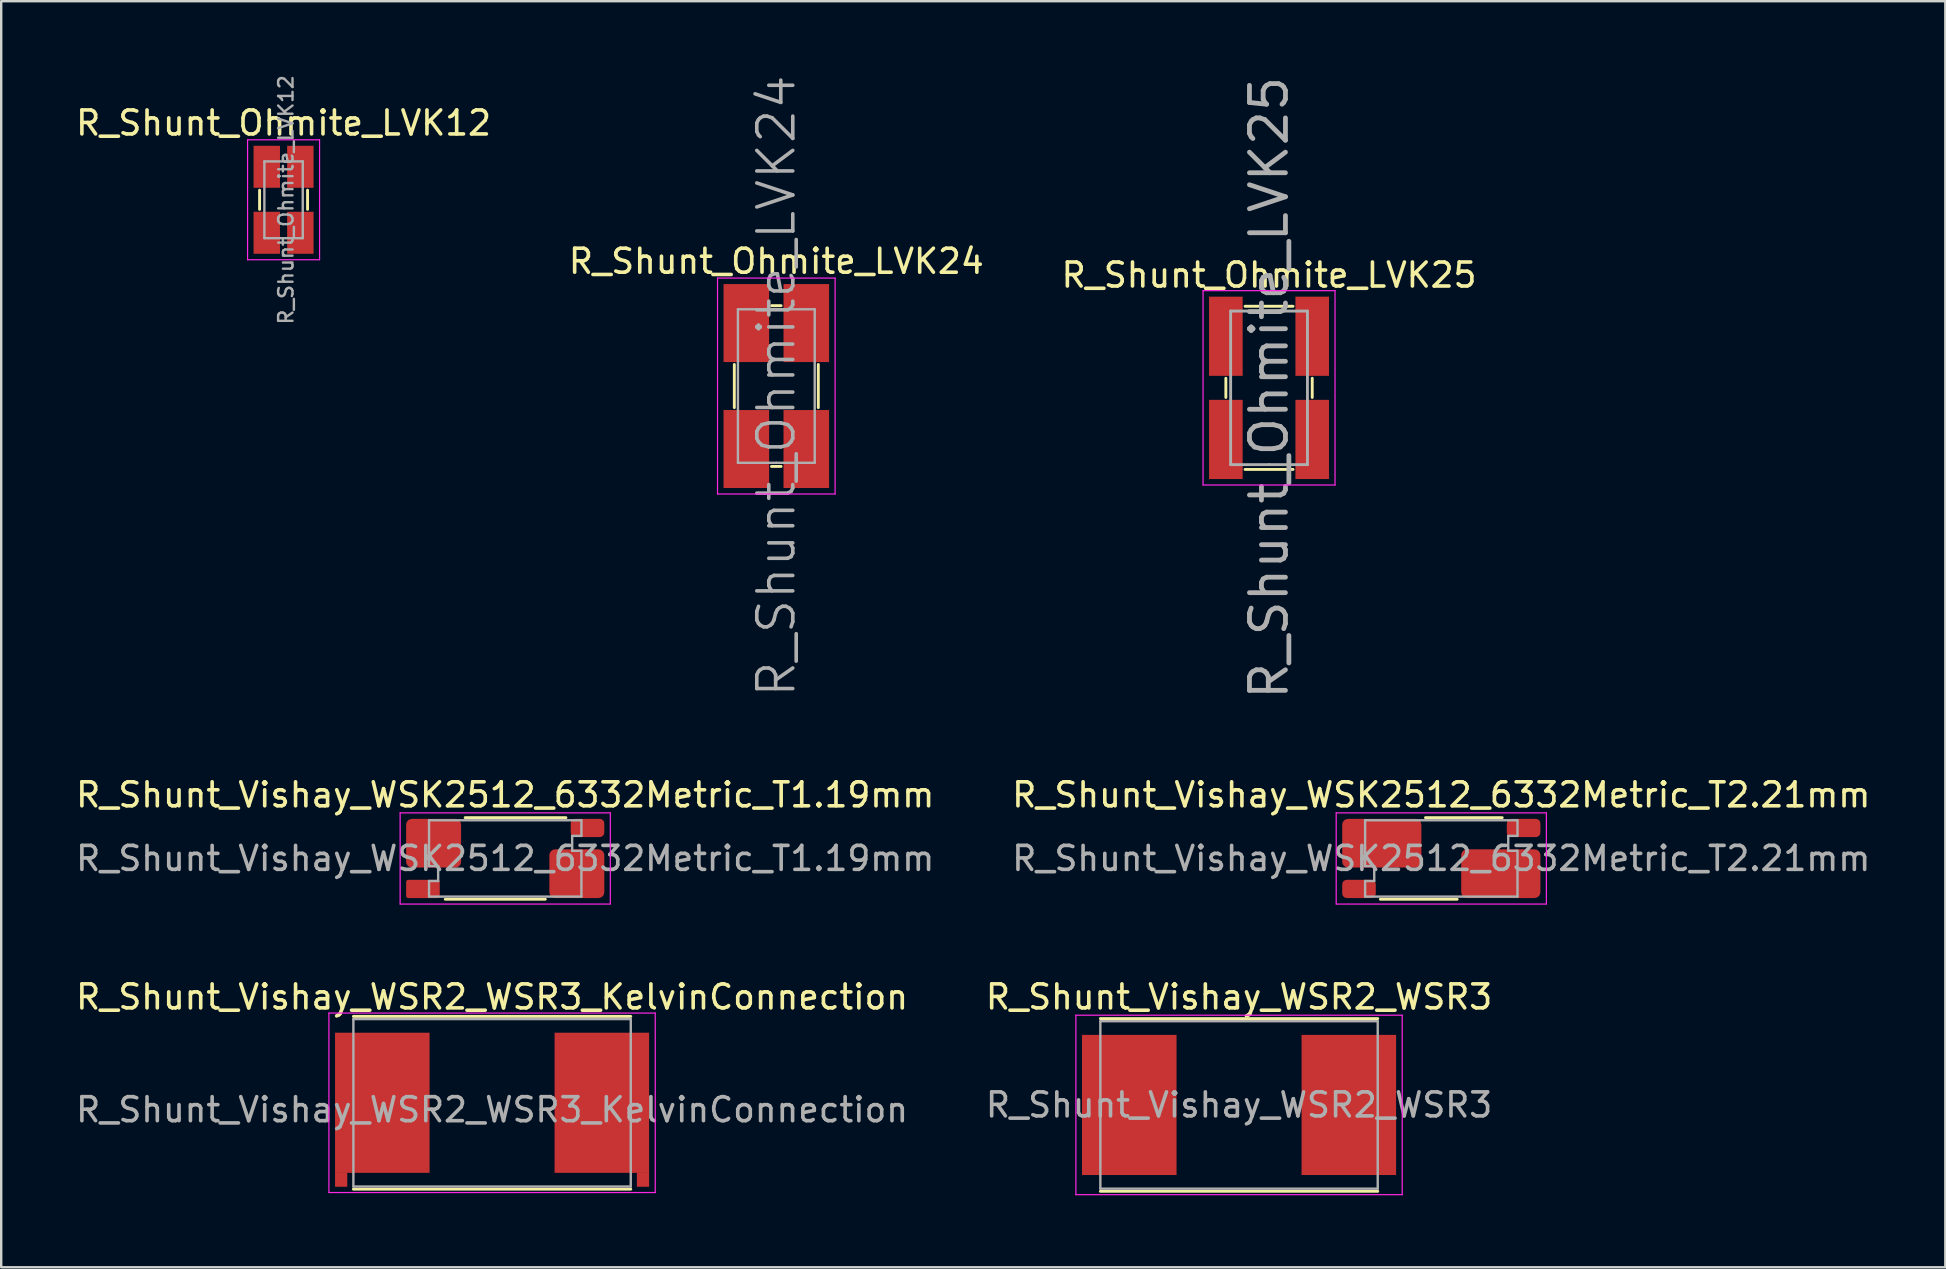
<source format=kicad_pcb>
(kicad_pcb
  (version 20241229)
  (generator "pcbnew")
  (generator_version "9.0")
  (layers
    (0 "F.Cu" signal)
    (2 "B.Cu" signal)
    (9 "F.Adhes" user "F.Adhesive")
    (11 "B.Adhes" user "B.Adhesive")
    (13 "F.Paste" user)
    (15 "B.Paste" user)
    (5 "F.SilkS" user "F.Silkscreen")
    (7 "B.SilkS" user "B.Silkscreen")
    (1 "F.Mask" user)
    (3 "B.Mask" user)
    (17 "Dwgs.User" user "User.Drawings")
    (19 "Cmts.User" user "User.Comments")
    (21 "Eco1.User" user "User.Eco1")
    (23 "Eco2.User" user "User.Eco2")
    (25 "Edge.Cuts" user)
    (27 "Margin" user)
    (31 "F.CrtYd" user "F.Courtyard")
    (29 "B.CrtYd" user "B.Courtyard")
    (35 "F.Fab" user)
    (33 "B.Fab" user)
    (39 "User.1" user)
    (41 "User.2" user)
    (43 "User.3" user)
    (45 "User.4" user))
  (footprint "R_Shunt_Ohmite_LVK25"
    (layer "F.Cu")
    (at 49.839 13.114)
    (property "Reference" "R_Shunt_Ohmite_LVK25" (at 0 -4.7 0) (layer "F.SilkS") (effects (font (size 1 1) (thickness 0.15))))
    (attr smd)
    (fp_line (start -1.8 0.4) (end -1.8 -0.4) (stroke (width 0.12) (type solid)) (layer "F.SilkS"))
    (fp_line (start 1 -3.4) (end -1 -3.4) (stroke (width 0.12) (type solid)) (layer "F.SilkS"))
    (fp_line (start 1 3.4) (end -1 3.4) (stroke (width 0.12) (type solid)) (layer "F.SilkS"))
    (fp_line (start 1.8 -0.4) (end 1.8 0.4) (stroke (width 0.12) (type solid)) (layer "F.SilkS"))
    (fp_line (start -2.75 -4.05) (end 2.75 -4.05) (stroke (width 0.05) (type solid)) (layer "F.CrtYd"))
    (fp_line (start -2.75 4.05) (end -2.75 -4.05) (stroke (width 0.05) (type solid)) (layer "F.CrtYd"))
    (fp_line (start 2.75 -4.05) (end 2.75 4.05) (stroke (width 0.05) (type solid)) (layer "F.CrtYd"))
    (fp_line (start 2.75 4.05) (end -2.75 4.05) (stroke (width 0.05) (type solid)) (layer "F.CrtYd"))
    (fp_line (start -1.6 -3.2) (end 1.6 -3.2) (stroke (width 0.12) (type solid)) (layer "F.Fab"))
    (fp_line (start -1.6 3.2) (end -1.6 -3.2) (stroke (width 0.12) (type solid)) (layer "F.Fab"))
    (fp_line (start 0 3.2) (end -1.6 3.2) (stroke (width 0.12) (type solid)) (layer "F.Fab"))
    (fp_line (start 1.6 -3.2) (end 1.6 3.2) (stroke (width 0.12) (type solid)) (layer "F.Fab"))
    (fp_line (start 1.6 3.2) (end 0 3.2) (stroke (width 0.12) (type solid)) (layer "F.Fab"))
    (fp_text user "${REFERENCE}" (at 0 0 90) (layer "F.Fab") (effects (font (size 1.5 1.5) (thickness 0.2))))
    (pad "1" smd rect (at -1.8 -2.15) (size 1.4 3.3) (layers "F.Cu" "F.Mask" "F.Paste"))
    (pad "2" smd rect (at -1.8 2.15) (size 1.4 3.3) (layers "F.Cu" "F.Mask" "F.Paste"))
    (pad "3" smd rect (at 1.8 -2.15) (size 1.4 3.3) (layers "F.Cu" "F.Mask" "F.Paste"))
    (pad "4" smd rect (at 1.8 2.15) (size 1.4 3.3) (layers "F.Cu" "F.Mask" "F.Paste")))
  (footprint "R_Shunt_Ohmite_LVK12"
    (layer "F.Cu")
    (at 8.768 5.276)
    (property "Reference" "R_Shunt_Ohmite_LVK12" (at 0 -3.2 180) (layer "F.SilkS") (effects (font (size 1 1) (thickness 0.15))))
    (attr smd)
    (fp_line (start -1 0.4) (end -1 -0.4) (stroke (width 0.12) (type solid)) (layer "F.SilkS"))
    (fp_line (start 1 -0.4) (end 1 0.4) (stroke (width 0.12) (type solid)) (layer "F.SilkS"))
    (fp_line (start -1.5 -2.5) (end 1.5 -2.5) (stroke (width 0.05) (type solid)) (layer "F.CrtYd"))
    (fp_line (start -1.5 2.5) (end -1.5 -2.5) (stroke (width 0.05) (type solid)) (layer "F.CrtYd"))
    (fp_line (start 1.5 -2.5) (end 1.5 2.5) (stroke (width 0.05) (type solid)) (layer "F.CrtYd"))
    (fp_line (start 1.5 2.5) (end -1.5 2.5) (stroke (width 0.05) (type solid)) (layer "F.CrtYd"))
    (fp_line (start -0.8 -1.6) (end -0.8 1.6) (stroke (width 0.1) (type solid)) (layer "F.Fab"))
    (fp_line (start -0.8 1.6) (end 0.8 1.6) (stroke (width 0.1) (type solid)) (layer "F.Fab"))
    (fp_line (start 0.8 -1.6) (end -0.8 -1.6) (stroke (width 0.1) (type solid)) (layer "F.Fab"))
    (fp_line (start 0.8 1.6) (end 0.8 -1.6) (stroke (width 0.1) (type solid)) (layer "F.Fab"))
    (fp_text user "${REFERENCE}" (at 0.1 0 90) (layer "F.Fab") (effects (font (size 0.6 0.6) (thickness 0.1))))
    (pad "1" smd rect (at -0.7 -1.375) (size 1.1 1.75) (layers "F.Cu" "F.Mask" "F.Paste"))
    (pad "2" smd rect (at 0.7 -1.375) (size 1.1 1.75) (layers "F.Cu" "F.Mask" "F.Paste"))
    (pad "3" smd rect (at 0.7 1.375) (size 1.1 1.75) (layers "F.Cu" "F.Mask" "F.Paste"))
    (pad "4" smd rect (at -0.7 1.375) (size 1.1 1.75) (layers "F.Cu" "F.Mask" "F.Paste")))
  (footprint "R_Shunt_Vishay_WSR2_WSR3_KelvinConnection"
    (layer "F.Cu")
    (at 17.458 43.2)
    (property "Reference" "R_Shunt_Vishay_WSR2_WSR3_KelvinConnection" (at 0 -4.7 0) (layer "F.SilkS") (effects (font (size 1 1) (thickness 0.15))))
    (attr smd)
    (fp_line (start -5.78 -3.89) (end 5.78 -3.89) (stroke (width 0.12) (type solid)) (layer "F.SilkS"))
    (fp_line (start -5.78 3.31) (end 5.78 3.31) (stroke (width 0.12) (type solid)) (layer "F.SilkS"))
    (fp_line (start -6.8 -4.03) (end -6.8 3.45) (stroke (width 0.05) (type solid)) (layer "F.CrtYd"))
    (fp_line (start -6.8 -4.03) (end 6.8 -4.03) (stroke (width 0.05) (type solid)) (layer "F.CrtYd"))
    (fp_line (start -6.8 3.45) (end 6.8 3.45) (stroke (width 0.05) (type solid)) (layer "F.CrtYd"))
    (fp_line (start 6.8 -4.03) (end 6.8 3.45) (stroke (width 0.05) (type solid)) (layer "F.CrtYd"))
    (fp_line (start -5.78 -3.78) (end -5.78 3.2) (stroke (width 0.1) (type solid)) (layer "F.Fab"))
    (fp_line (start -5.78 -3.78) (end 5.78 -3.78) (stroke (width 0.1) (type solid)) (layer "F.Fab"))
    (fp_line (start -5.78 3.2) (end 5.78 3.2) (stroke (width 0.1) (type solid)) (layer "F.Fab"))
    (fp_line (start 5.78 -3.78) (end 5.78 3.2) (stroke (width 0.1) (type solid)) (layer "F.Fab"))
    (fp_text user "${REFERENCE}" (at 0 0 0) (layer "F.Fab") (effects (font (size 1 1) (thickness 0.15))))
    (pad "1" smd rect (at -6.29 2.91) (size 0.51 0.6) (layers "F.Cu" "F.Mask" "F.Paste"))
    (pad "1" smd rect (at -4.575 -0.29) (size 3.94 5.84) (layers "F.Cu" "F.Mask" "F.Paste"))
    (pad "2" smd rect (at 4.575 -0.29) (size 3.94 5.84) (layers "F.Cu" "F.Mask" "F.Paste"))
    (pad "2" smd rect (at 6.29 2.91) (size 0.51 0.6) (layers "F.Cu" "F.Mask" "F.Paste")))
  (footprint "R_Shunt_Vishay_WSK2512_6332Metric_T1.19mm"
    (layer "F.Cu")
    (at 18.006 32.727)
    (property "Reference" "R_Shunt_Vishay_WSK2512_6332Metric_T1.19mm" (at 0 -2.65 0) (layer "F.SilkS") (effects (font (size 1 1) (thickness 0.15))))
    (attr smd)
    (fp_line (start -2.5 1.7) (end 1.67 1.7) (stroke (width 0.12) (type solid)) (layer "F.SilkS"))
    (fp_line (start -1.67 -1.7) (end 2.53 -1.7) (stroke (width 0.12) (type solid)) (layer "F.SilkS"))
    (fp_line (start -4.38 -1.9) (end 4.38 -1.9) (stroke (width 0.05) (type solid)) (layer "F.CrtYd"))
    (fp_line (start -4.38 1.9) (end -4.38 -1.9) (stroke (width 0.05) (type solid)) (layer "F.CrtYd"))
    (fp_line (start 4.38 -1.9) (end 4.38 1.9) (stroke (width 0.05) (type solid)) (layer "F.CrtYd"))
    (fp_line (start 4.38 1.9) (end -4.38 1.9) (stroke (width 0.05) (type solid)) (layer "F.CrtYd"))
    (fp_line (start -3.175 -1.59) (end 3.175 -1.59) (stroke (width 0.1) (type solid)) (layer "F.Fab"))
    (fp_line (start -3.175 0.32) (end -3.175 -1.59) (stroke (width 0.1) (type solid)) (layer "F.Fab"))
    (fp_line (start -3.175 0.32) (end -2.795 0.32) (stroke (width 0.1) (type solid)) (layer "F.Fab"))
    (fp_line (start -3.175 0.94) (end -3.175 1.59) (stroke (width 0.1) (type solid)) (layer "F.Fab"))
    (fp_line (start -3.175 0.94) (end -2.795 0.94) (stroke (width 0.1) (type solid)) (layer "F.Fab"))
    (fp_line (start -2.795 0.94) (end -2.795 0.32) (stroke (width 0.1) (type solid)) (layer "F.Fab"))
    (fp_line (start 2.79 -0.94) (end 3.17 -0.94) (stroke (width 0.1) (type solid)) (layer "F.Fab"))
    (fp_line (start 2.79 -0.32) (end 2.79 -0.94) (stroke (width 0.1) (type solid)) (layer "F.Fab"))
    (fp_line (start 2.79 -0.32) (end 3.17 -0.32) (stroke (width 0.1) (type solid)) (layer "F.Fab"))
    (fp_line (start 3.175 -0.94) (end 3.175 -1.59) (stroke (width 0.1) (type solid)) (layer "F.Fab"))
    (fp_line (start 3.175 -0.32) (end 3.175 1.59) (stroke (width 0.1) (type solid)) (layer "F.Fab"))
    (fp_line (start 3.175 1.59) (end -3.175 1.59) (stroke (width 0.1) (type solid)) (layer "F.Fab"))
    (fp_text user "${REFERENCE}" (at 0 0 0) (layer "F.Fab") (effects (font (size 1 1) (thickness 0.15))))
    (pad "1" smd roundrect (at -2.985 -0.635) (size 2.29 2.03) (layers "F.Cu" "F.Mask" "F.Paste") (roundrect_rratio 0.12))
    (pad "2" smd roundrect (at -3.43 1.27) (size 1.4 0.76) (layers "F.Cu" "F.Mask" "F.Paste") (roundrect_rratio 0.12))
    (pad "3" smd roundrect (at 3.43 -1.27) (size 1.4 0.76) (layers "F.Cu" "F.Mask" "F.Paste") (roundrect_rratio 0.25))
    (pad "4" smd roundrect (at 2.985 0.635) (size 2.29 2.03) (layers "F.Cu" "F.Mask" "F.Paste") (roundrect_rratio 0.12)))
  (footprint "R_Shunt_Ohmite_LVK24"
    (layer "F.Cu")
    (at 29.304 13.039)
    (property "Reference" "R_Shunt_Ohmite_LVK24" (at 0 -5.2 0) (layer "F.SilkS") (effects (font (size 1 1) (thickness 0.15))))
    (attr smd)
    (fp_line (start -1.75 0.9) (end -1.75 -0.9) (stroke (width 0.12) (type solid)) (layer "F.SilkS"))
    (fp_line (start 0.2 -3.35) (end -0.2 -3.35) (stroke (width 0.12) (type solid)) (layer "F.SilkS"))
    (fp_line (start 0.2 3.35) (end -0.2 3.35) (stroke (width 0.12) (type solid)) (layer "F.SilkS"))
    (fp_line (start 1.75 -0.9) (end 1.75 0.9) (stroke (width 0.12) (type solid)) (layer "F.SilkS"))
    (fp_line (start -2.45 -4.5) (end 2.45 -4.5) (stroke (width 0.05) (type solid)) (layer "F.CrtYd"))
    (fp_line (start -2.45 4.5) (end -2.45 -4.5) (stroke (width 0.05) (type solid)) (layer "F.CrtYd"))
    (fp_line (start 2.45 -4.5) (end 2.45 4.5) (stroke (width 0.05) (type solid)) (layer "F.CrtYd"))
    (fp_line (start 2.45 4.5) (end -2.45 4.5) (stroke (width 0.05) (type solid)) (layer "F.CrtYd"))
    (fp_line (start -1.6 -3.2) (end 1.6 -3.2) (stroke (width 0.1) (type solid)) (layer "F.Fab"))
    (fp_line (start -1.6 3.2) (end -1.6 -3.2) (stroke (width 0.1) (type solid)) (layer "F.Fab"))
    (fp_line (start 0 3.2) (end -1.6 3.2) (stroke (width 0.1) (type solid)) (layer "F.Fab"))
    (fp_line (start 1.6 -3.2) (end 1.6 3.2) (stroke (width 0.1) (type solid)) (layer "F.Fab"))
    (fp_line (start 1.6 3.2) (end 0 3.2) (stroke (width 0.1) (type solid)) (layer "F.Fab"))
    (fp_text user "${REFERENCE}" (at 0 0 90) (layer "F.Fab") (effects (font (size 1.5 1.5) (thickness 0.15))))
    (pad "1" smd rect (at -1.25 -2.625) (size 1.9 3.25) (layers "F.Cu" "F.Mask" "F.Paste"))
    (pad "2" smd rect (at 1.25 -2.625) (size 1.9 3.25) (layers "F.Cu" "F.Mask" "F.Paste"))
    (pad "3" smd rect (at 1.25 2.625) (size 1.9 3.25) (layers "F.Cu" "F.Mask" "F.Paste"))
    (pad "4" smd rect (at -1.25 2.625) (size 1.9 3.25) (layers "F.Cu" "F.Mask" "F.Paste")))
  (footprint "R_Shunt_Vishay_WSK2512_6332Metric_T2.21mm"
    (layer "F.Cu")
    (at 57.018 32.727)
    (property "Reference" "R_Shunt_Vishay_WSK2512_6332Metric_T2.21mm" (at 0 -2.65 0) (layer "F.SilkS") (effects (font (size 1 1) (thickness 0.15))))
    (attr smd)
    (fp_line (start -2.54 1.7) (end 0.66 1.7) (stroke (width 0.12) (type solid)) (layer "F.SilkS"))
    (fp_line (start -0.66 -1.7) (end 2.54 -1.7) (stroke (width 0.12) (type solid)) (layer "F.SilkS"))
    (fp_line (start -4.38 -1.9) (end 4.38 -1.9) (stroke (width 0.05) (type solid)) (layer "F.CrtYd"))
    (fp_line (start -4.38 1.9) (end -4.38 -1.9) (stroke (width 0.05) (type solid)) (layer "F.CrtYd"))
    (fp_line (start 4.38 -1.9) (end 4.38 1.9) (stroke (width 0.05) (type solid)) (layer "F.CrtYd"))
    (fp_line (start 4.38 1.9) (end -4.38 1.9) (stroke (width 0.05) (type solid)) (layer "F.CrtYd"))
    (fp_line (start -3.175 -1.59) (end 3.175 -1.59) (stroke (width 0.1) (type solid)) (layer "F.Fab"))
    (fp_line (start -3.175 0.32) (end -3.175 -1.59) (stroke (width 0.1) (type solid)) (layer "F.Fab"))
    (fp_line (start -3.175 0.32) (end -2.795 0.32) (stroke (width 0.1) (type solid)) (layer "F.Fab"))
    (fp_line (start -3.175 0.94) (end -3.175 1.59) (stroke (width 0.1) (type solid)) (layer "F.Fab"))
    (fp_line (start -3.175 0.94) (end -2.795 0.94) (stroke (width 0.1) (type solid)) (layer "F.Fab"))
    (fp_line (start -2.795 0.94) (end -2.795 0.32) (stroke (width 0.1) (type solid)) (layer "F.Fab"))
    (fp_line (start 2.79 -0.94) (end 3.17 -0.94) (stroke (width 0.1) (type solid)) (layer "F.Fab"))
    (fp_line (start 2.79 -0.32) (end 2.79 -0.94) (stroke (width 0.1) (type solid)) (layer "F.Fab"))
    (fp_line (start 2.79 -0.32) (end 3.17 -0.32) (stroke (width 0.1) (type solid)) (layer "F.Fab"))
    (fp_line (start 3.175 -0.94) (end 3.175 -1.59) (stroke (width 0.1) (type solid)) (layer "F.Fab"))
    (fp_line (start 3.175 -0.32) (end 3.175 1.59) (stroke (width 0.1) (type solid)) (layer "F.Fab"))
    (fp_line (start 3.175 1.59) (end -3.175 1.59) (stroke (width 0.1) (type solid)) (layer "F.Fab"))
    (fp_text user "${REFERENCE}" (at 0 0 0) (layer "F.Fab") (effects (font (size 1 1) (thickness 0.15))))
    (pad "1" smd roundrect (at -2.48 -0.635) (size 3.3 2.03) (layers "F.Cu" "F.Mask" "F.Paste") (roundrect_rratio 0.12))
    (pad "2" smd roundrect (at -3.43 1.27) (size 1.4 0.76) (layers "F.Cu" "F.Mask" "F.Paste") (roundrect_rratio 0.25))
    (pad "3" smd roundrect (at 3.43 -1.27) (size 1.4 0.76) (layers "F.Cu" "F.Mask" "F.Paste") (roundrect_rratio 0.25))
    (pad "4" smd roundrect (at 2.48 0.635) (size 3.3 2.03) (layers "F.Cu" "F.Mask" "F.Paste") (roundrect_rratio 0.12)))
  (footprint "R_Shunt_Vishay_WSR2_WSR3"
    (layer "F.Cu")
    (at 48.589 43)
    (property "Reference" "R_Shunt_Vishay_WSR2_WSR3" (at 0 -4.5 0) (layer "F.SilkS") (effects (font (size 1 1) (thickness 0.15))))
    (attr smd)
    (fp_line (start -5.78 -3.6) (end 5.78 -3.6) (stroke (width 0.12) (type solid)) (layer "F.SilkS"))
    (fp_line (start -5.78 3.6) (end 5.78 3.6) (stroke (width 0.12) (type solid)) (layer "F.SilkS"))
    (fp_line (start -6.8 -3.74) (end -6.8 3.74) (stroke (width 0.05) (type solid)) (layer "F.CrtYd"))
    (fp_line (start -6.8 -3.74) (end 6.8 -3.74) (stroke (width 0.05) (type solid)) (layer "F.CrtYd"))
    (fp_line (start -6.8 3.74) (end 6.8 3.74) (stroke (width 0.05) (type solid)) (layer "F.CrtYd"))
    (fp_line (start 6.8 -3.74) (end 6.8 3.74) (stroke (width 0.05) (type solid)) (layer "F.CrtYd"))
    (fp_line (start -5.78 -3.49) (end -5.78 3.49) (stroke (width 0.1) (type solid)) (layer "F.Fab"))
    (fp_line (start -5.78 -3.49) (end 5.78 -3.49) (stroke (width 0.1) (type solid)) (layer "F.Fab"))
    (fp_line (start -5.78 3.49) (end 5.78 3.49) (stroke (width 0.1) (type solid)) (layer "F.Fab"))
    (fp_line (start 5.78 -3.49) (end 5.78 3.49) (stroke (width 0.1) (type solid)) (layer "F.Fab"))
    (fp_text user "${REFERENCE}" (at 0 0 0) (layer "F.Fab") (effects (font (size 1 1) (thickness 0.15))))
    (pad "1" smd rect (at -4.575 0) (size 3.94 5.84) (layers "F.Cu" "F.Mask" "F.Paste"))
    (pad "2" smd rect (at 4.575 0) (size 3.94 5.84) (layers "F.Cu" "F.Mask" "F.Paste")))
  (gr_rect
    (start -3 -3)
    (end 78.024 49.765)
    (stroke (width 0.1) (type default))
    (fill no)
    (layer "Edge.Cuts")))
</source>
